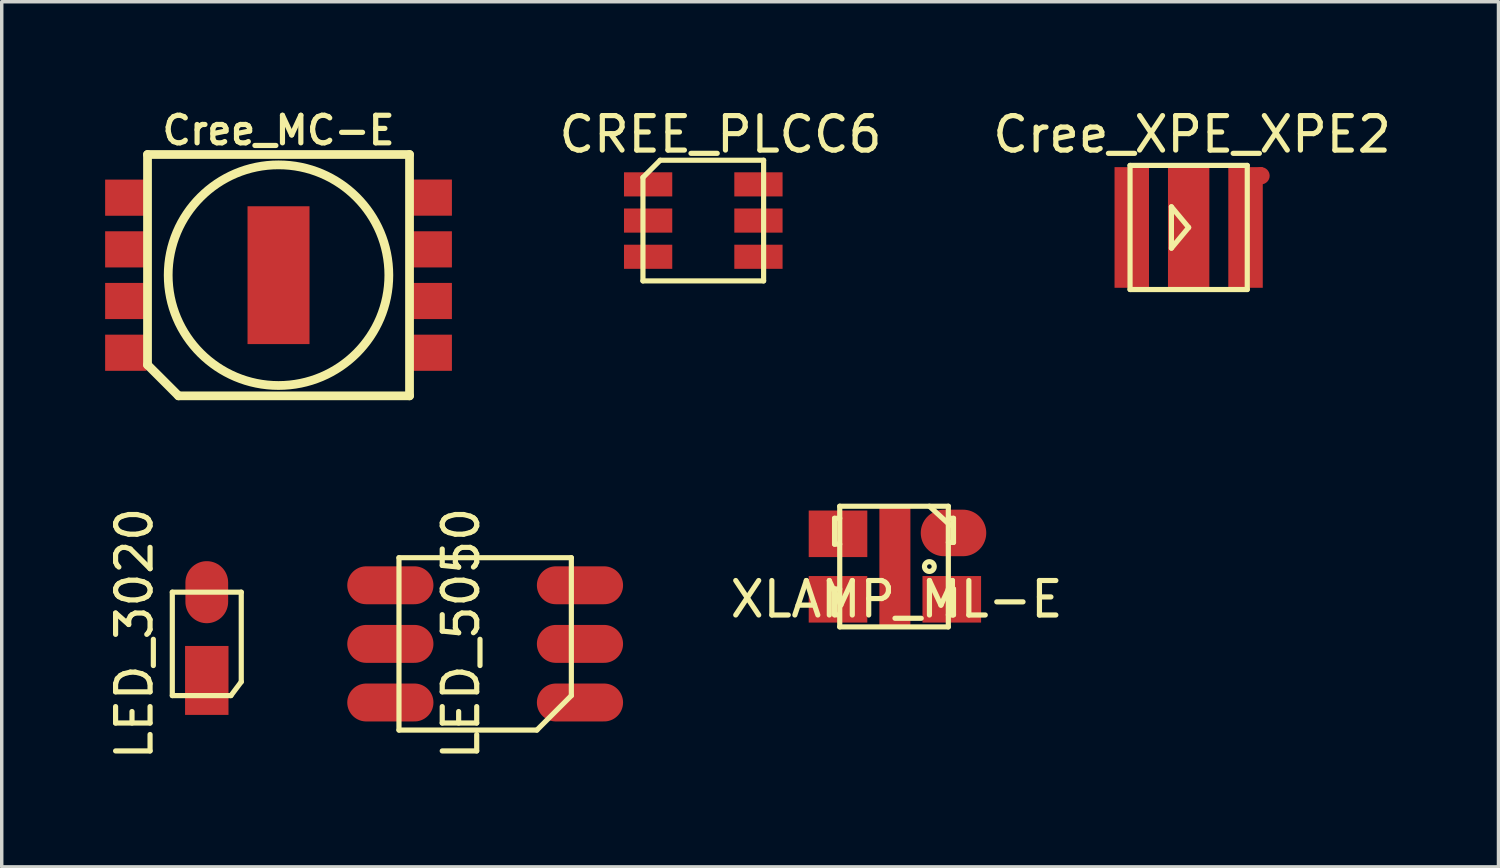
<source format=kicad_pcb>
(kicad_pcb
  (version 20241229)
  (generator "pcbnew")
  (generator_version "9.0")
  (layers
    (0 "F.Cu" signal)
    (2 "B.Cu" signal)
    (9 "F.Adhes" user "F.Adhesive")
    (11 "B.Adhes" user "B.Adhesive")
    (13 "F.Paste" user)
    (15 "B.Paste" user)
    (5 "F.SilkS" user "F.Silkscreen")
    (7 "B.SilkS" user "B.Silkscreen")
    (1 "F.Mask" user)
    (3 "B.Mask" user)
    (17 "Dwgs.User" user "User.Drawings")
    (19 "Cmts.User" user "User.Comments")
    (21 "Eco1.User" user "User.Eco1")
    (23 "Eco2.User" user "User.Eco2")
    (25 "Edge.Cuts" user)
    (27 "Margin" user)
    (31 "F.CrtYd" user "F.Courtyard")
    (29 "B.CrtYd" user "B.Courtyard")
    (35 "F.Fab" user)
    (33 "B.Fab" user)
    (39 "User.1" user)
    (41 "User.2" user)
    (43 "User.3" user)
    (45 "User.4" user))
  (footprint "Cree_XPE_XPE2"
    (layer "F.Cu")
    (at 31.429 3.548)
    (property "Reference" "Cree_XPE_XPE2" (at 0.1 -2.7 0) (layer "F.SilkS") (effects (font (size 1 1) (thickness 0.15))))
    (attr through_hole)
    (fp_line (start -1.7 -1.8) (end -1.7 1.8) (stroke (width 0.15) (type solid)) (layer "F.SilkS"))
    (fp_line (start -1.7 -1.8) (end 1.7 -1.8) (stroke (width 0.15) (type solid)) (layer "F.SilkS"))
    (fp_line (start -0.5 -0.6) (end 0 0) (stroke (width 0.15) (type solid)) (layer "F.SilkS"))
    (fp_line (start -0.5 0.6) (end -0.5 -0.6) (stroke (width 0.15) (type solid)) (layer "F.SilkS"))
    (fp_line (start 0 0) (end -0.5 0.6) (stroke (width 0.15) (type solid)) (layer "F.SilkS"))
    (fp_line (start 1.7 -1.8) (end 1.7 1.8) (stroke (width 0.15) (type solid)) (layer "F.SilkS"))
    (fp_line (start 1.7 1.8) (end -1.7 1.8) (stroke (width 0.15) (type solid)) (layer "F.SilkS"))
    (pad "" smd rect (at 0 0) (size 1.2 3.5) (layers "F.Cu" "F.Mask" "F.Paste"))
    (pad "" smd circle (at 2.1 -1.5) (size 0.5 0.5) (layers "F.Cu" "F.Mask" "F.Paste"))
    (pad "1" smd rect (at -1.65 0) (size 1 3.5) (layers "F.Cu" "F.Mask" "F.Paste"))
    (pad "2" smd rect (at 1.65 0) (size 1 3.5) (layers "F.Cu" "F.Mask" "F.Paste")))
  (footprint "LED_3020"
    (layer "F.Cu")
    (at 2.948 15.627)
    (property "Reference" "LED_3020" (at -2.1 -0.3 90) (layer "F.SilkS") (effects (font (size 1 1) (thickness 0.15))))
    (attr through_hole)
    (fp_line (start -1 -1.5) (end 1 -1.5) (stroke (width 0.15) (type solid)) (layer "F.SilkS"))
    (fp_line (start -1 1.5) (end -1 -1.5) (stroke (width 0.15) (type solid)) (layer "F.SilkS"))
    (fp_line (start 0.7 1.5) (end -1 1.5) (stroke (width 0.15) (type solid)) (layer "F.SilkS"))
    (fp_line (start 1 1.1) (end 0.7 1.5) (stroke (width 0.15) (type solid)) (layer "F.SilkS"))
    (fp_line (start 1 1.1) (end 1 -1.5) (stroke (width 0.15) (type solid)) (layer "F.SilkS"))
    (pad "1" smd oval (at 0 -1.5) (size 1.24 1.8) (layers "F.Cu" "F.Mask" "F.Paste"))
    (pad "2" smd rect (at 0 1.06) (size 1.26 2) (layers "F.Cu" "F.Mask" "F.Paste")))
  (footprint "Cree_MC-E"
    (layer "F.Cu")
    (at 5.029 4.932)
    (property "Reference" "Cree_MC-E" (at 0 -4.201 0) (layer "F.SilkS") (effects (font (size 0.8 0.8) (thickness 0.15))))
    (attr through_hole)
    (fp_line (start -3.8 2.601) (end -3.8 -3.5) (stroke (width 0.254) (type solid)) (layer "F.SilkS"))
    (fp_line (start -2.901 3.5) (end -3.8 2.601) (stroke (width 0.254) (type solid)) (layer "F.SilkS"))
    (fp_line (start -2.901 3.5) (end 3.8 3.5) (stroke (width 0.254) (type solid)) (layer "F.SilkS"))
    (fp_line (start 3.8 -3.5) (end -3.8 -3.5) (stroke (width 0.254) (type solid)) (layer "F.SilkS"))
    (fp_line (start 3.8 3.5) (end 3.8 -3.5) (stroke (width 0.254) (type solid)) (layer "F.SilkS"))
    (fp_circle (center 0 0) (end -3.2 0) (stroke (width 0.254) (type solid)) (fill no) (layer "F.SilkS"))
    (pad "1" smd rect (at -4.43 2.25) (size 1.199 1.049) (layers "F.Cu" "F.Mask" "F.Paste"))
    (pad "2" smd rect (at -4.43 0.749) (size 1.199 1.049) (layers "F.Cu" "F.Mask" "F.Paste"))
    (pad "3" smd rect (at -4.43 -0.749) (size 1.199 1.049) (layers "F.Cu" "F.Mask" "F.Paste"))
    (pad "4" smd rect (at -4.43 -2.248) (size 1.199 1.049) (layers "F.Cu" "F.Mask" "F.Paste"))
    (pad "5" smd rect (at 4.43 -2.25) (size 1.199 1.049) (layers "F.Cu" "F.Mask" "F.Paste"))
    (pad "6" smd rect (at 4.43 -0.749) (size 1.199 1.049) (layers "F.Cu" "F.Mask" "F.Paste"))
    (pad "7" smd rect (at 4.43 0.749) (size 1.199 1.049) (layers "F.Cu" "F.Mask" "F.Paste"))
    (pad "8" smd rect (at 4.43 2.25) (size 1.199 1.049) (layers "F.Cu" "F.Mask" "F.Paste"))
    (pad "9" smd rect (at 0 0) (size 1.798 3.998) (layers "F.Cu" "F.Mask" "F.Paste")))
  (footprint "LED_5050"
    (layer "F.Cu")
    (at 11.023 15.627)
    (property "Reference" "LED_5050" (at -0.7 -0.3 90) (layer "F.SilkS") (effects (font (size 1 1) (thickness 0.15))))
    (attr through_hole)
    (fp_line (start -2.5 -2.5) (end -2.5 2.5) (stroke (width 0.15) (type solid)) (layer "F.SilkS"))
    (fp_line (start -2.5 2.5) (end 1.5 2.5) (stroke (width 0.15) (type solid)) (layer "F.SilkS"))
    (fp_line (start 2.5 -2.5) (end -2.5 -2.5) (stroke (width 0.15) (type solid)) (layer "F.SilkS"))
    (fp_line (start 2.5 -2.5) (end 2.5 1.5) (stroke (width 0.15) (type solid)) (layer "F.SilkS"))
    (fp_line (start 2.5 1.5) (end 1.5 2.5) (stroke (width 0.15) (type solid)) (layer "F.SilkS"))
    (pad "1" smd oval (at -2.75 -1.7) (size 2.5 1.1) (layers "F.Cu" "F.Mask" "F.Paste"))
    (pad "2" smd oval (at -2.75 0) (size 2.5 1.1) (layers "F.Cu" "F.Mask" "F.Paste"))
    (pad "3" smd oval (at -2.75 1.7) (size 2.5 1.1) (layers "F.Cu" "F.Mask" "F.Paste"))
    (pad "4" smd oval (at 2.75 -1.7) (size 2.5 1.1) (layers "F.Cu" "F.Mask" "F.Paste"))
    (pad "5" smd oval (at 2.75 0) (size 2.5 1.1) (layers "F.Cu" "F.Mask" "F.Paste"))
    (pad "6" smd oval (at 2.75 1.7) (size 2.5 1.1) (layers "F.Cu" "F.Mask" "F.Paste")))
  (footprint "CREE_PLCC6"
    (layer "F.Cu")
    (at 17.35 3.348)
    (property "Reference" "CREE_PLCC6" (at 0.5 -2.5 180) (layer "F.SilkS") (effects (font (size 1 1) (thickness 0.15))))
    (attr through_hole)
    (fp_line (start -1.75 -1.25) (end -1.75 1.75) (stroke (width 0.15) (type solid)) (layer "F.SilkS"))
    (fp_line (start -1.25 -1.75) (end -1.75 -1.25) (stroke (width 0.15) (type solid)) (layer "F.SilkS"))
    (fp_line (start -1.25 -1.75) (end 1.75 -1.75) (stroke (width 0.15) (type solid)) (layer "F.SilkS"))
    (fp_line (start 1.75 -1.75) (end 1.75 1.75) (stroke (width 0.15) (type solid)) (layer "F.SilkS"))
    (fp_line (start 1.75 1.75) (end -1.75 1.75) (stroke (width 0.15) (type solid)) (layer "F.SilkS"))
    (pad "1" smd rect (at -1.6 -1.05) (size 1.4 0.7) (layers "F.Cu" "F.Mask" "F.Paste"))
    (pad "2" smd rect (at -1.6 0) (size 1.4 0.7) (layers "F.Cu" "F.Mask" "F.Paste"))
    (pad "3" smd rect (at -1.6 1.05) (size 1.4 0.7) (layers "F.Cu" "F.Mask" "F.Paste"))
    (pad "4" smd rect (at 1.6 1.05) (size 1.4 0.7) (layers "F.Cu" "F.Mask" "F.Paste"))
    (pad "5" smd rect (at 1.6 0) (size 1.4 0.7) (layers "F.Cu" "F.Mask" "F.Paste"))
    (pad "6" smd rect (at 1.6 -1.05) (size 1.4 0.7) (layers "F.Cu" "F.Mask" "F.Paste")))
  (footprint "XLAMP_ML-E"
    (layer "F.Cu")
    (at 22.908 13.384)
    (property "Reference" "XLAMP_ML-E" (at 0.05 0.95 0) (layer "F.SilkS") (effects (font (size 1 1) (thickness 0.15))))
    (attr through_hole)
    (fp_line (start -1.75 -1.4) (end -1.75 -0.65) (stroke (width 0.15) (type solid)) (layer "F.SilkS"))
    (fp_line (start -1.75 -1.4) (end -1.6 -1.4) (stroke (width 0.15) (type solid)) (layer "F.SilkS"))
    (fp_line (start -1.75 -0.65) (end -1.6 -0.65) (stroke (width 0.15) (type solid)) (layer "F.SilkS"))
    (fp_line (start -1.75 0.65) (end -1.75 1.4) (stroke (width 0.15) (type solid)) (layer "F.SilkS"))
    (fp_line (start -1.75 0.65) (end -1.6 0.65) (stroke (width 0.15) (type solid)) (layer "F.SilkS"))
    (fp_line (start -1.75 1.4) (end -1.65 1.4) (stroke (width 0.15) (type solid)) (layer "F.SilkS"))
    (fp_line (start -1.6 -1.75) (end 1.55 -1.75) (stroke (width 0.15) (type solid)) (layer "F.SilkS"))
    (fp_line (start -1.6 1.75) (end -1.6 -1.75) (stroke (width 0.15) (type solid)) (layer "F.SilkS"))
    (fp_line (start 1 -1.75) (end 1.6 -1.2) (stroke (width 0.15) (type solid)) (layer "F.SilkS"))
    (fp_line (start 1.55 -1.75) (end 1.55 1.75) (stroke (width 0.15) (type solid)) (layer "F.SilkS"))
    (fp_line (start 1.55 1.75) (end -1.6 1.75) (stroke (width 0.15) (type solid)) (layer "F.SilkS"))
    (fp_line (start 1.7 -1.4) (end 1.55 -1.4) (stroke (width 0.15) (type solid)) (layer "F.SilkS"))
    (fp_line (start 1.7 -1.4) (end 1.7 -0.7) (stroke (width 0.15) (type solid)) (layer "F.SilkS"))
    (fp_line (start 1.7 -0.7) (end 1.55 -0.7) (stroke (width 0.15) (type solid)) (layer "F.SilkS"))
    (fp_line (start 1.7 0.65) (end 1.55 0.65) (stroke (width 0.15) (type solid)) (layer "F.SilkS"))
    (fp_line (start 1.7 0.65) (end 1.7 1.4) (stroke (width 0.15) (type solid)) (layer "F.SilkS"))
    (fp_line (start 1.7 1.4) (end 1.55 1.4) (stroke (width 0.15) (type solid)) (layer "F.SilkS"))
    (fp_circle (center 1 0) (end 0.9 -0.1) (stroke (width 0.15) (type solid)) (fill no) (layer "F.SilkS"))
    (pad "0" smd rect (at 0 0) (size 0.9 3.4) (layers "F.Cu" "F.Mask" "F.Paste"))
    (pad "1" smd rect (at -1.65 -0.95) (size 1.7 1.35) (layers "F.Cu" "F.Mask" "F.Paste"))
    (pad "2" smd oval (at 1.7 -0.975) (size 1.9 1.35) (layers "F.Cu" "F.Mask" "F.Paste"))
    (pad "3" smd rect (at -1.65 0.95) (size 1.7 1.35) (layers "F.Cu" "F.Mask" "F.Paste"))
    (pad "4" smd rect (at 1.65 0.95) (size 1.7 1.35) (layers "F.Cu" "F.Mask" "F.Paste")))
  (gr_rect
    (start -3 -3)
    (end 40.416 22.095)
    (stroke (width 0.1) (type default))
    (fill no)
    (layer "Edge.Cuts")))
</source>
